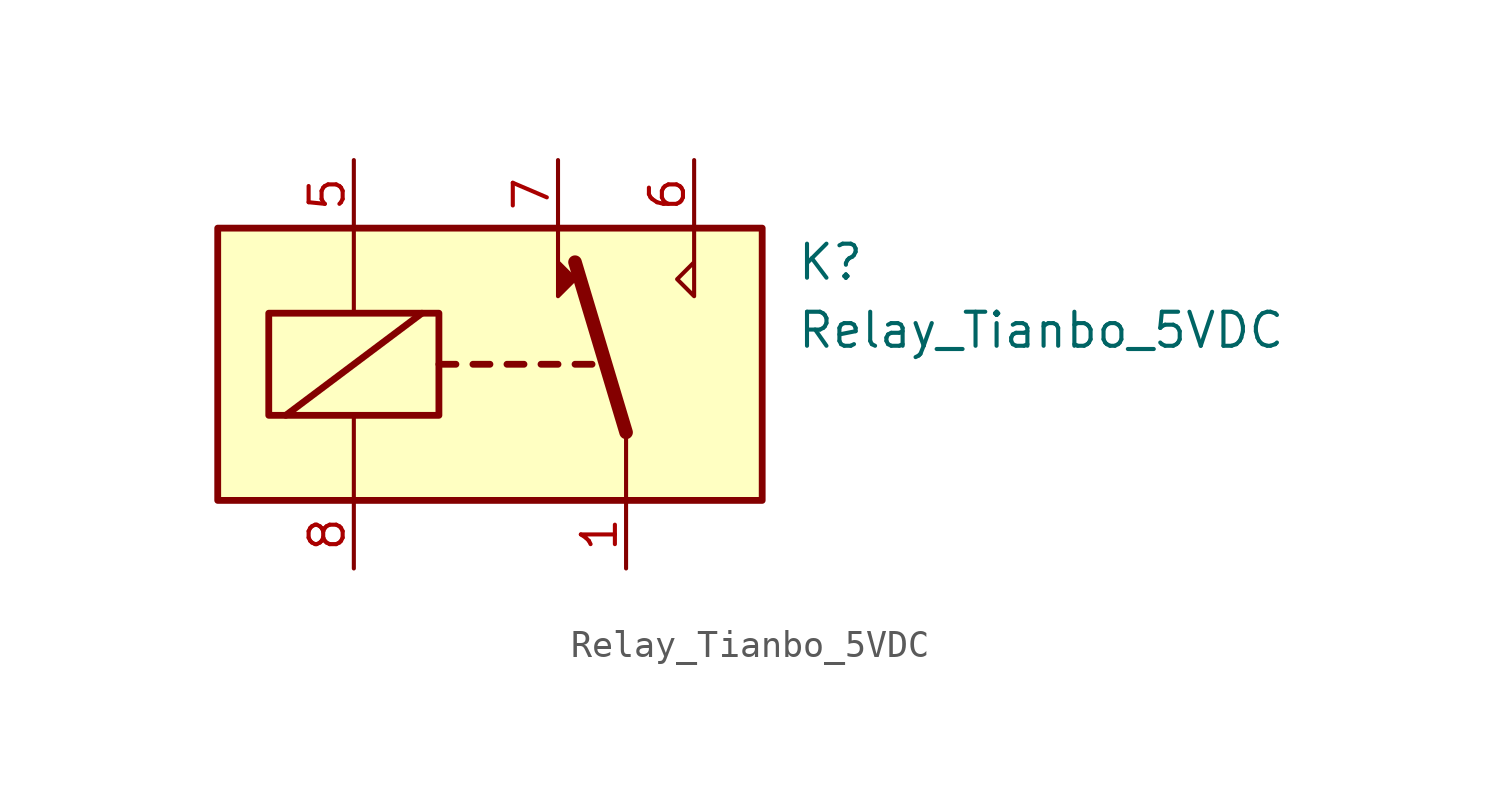
<source format=kicad_sym>
(kicad_symbol_lib
  (version 20231120)
  (generator "kicad_symbol_editor")
  (generator_version "8.0")
  (symbol "Relay_Tianbo_5VDC"
    (property "Reference" "K"
      (at 11.43 3.81 0)
      (effects (font (size 1.27 1.27)) (justify left)))
    (property "Value" "Relay_Tianbo_5VDC"
      (at 11.43 1.27 0)
      (effects (font (size 1.27 1.27)) (justify left)))
    (symbol "Relay_Tianbo_5VDC_0_0"
      (polyline (pts (xy 7.62 5.08) (xy 7.62 2.54) (xy 6.985 3.175) (xy 7.62 3.81)) (stroke (width 0) (type default)) (fill (type none))))
    (symbol "Relay_Tianbo_5VDC_0_1"
      (rectangle (start -10.16 5.08) (end 10.16 -5.08) (stroke (width 0.254) (type default)) (fill (type background)))
      (rectangle (start -8.255 1.905) (end -1.905 -1.905) (stroke (width 0.254) (type default)) (fill (type none)))
      (polyline (pts (xy -7.62 -1.905) (xy -2.54 1.905)) (stroke (width 0.254) (type default)) (fill (type none)))
      (polyline (pts (xy -5.08 -5.08) (xy -5.08 -1.905)) (stroke (width 0) (type default)) (fill (type none)))
      (polyline (pts (xy -5.08 5.08) (xy -5.08 1.905)) (stroke (width 0) (type default)) (fill (type none)))
      (polyline (pts (xy -1.905 0) (xy -1.27 0)) (stroke (width 0.254) (type default)) (fill (type none)))
      (polyline (pts (xy -0.635 0) (xy 0 0)) (stroke (width 0.254) (type default)) (fill (type none)))
      (polyline (pts (xy 0.635 0) (xy 1.27 0)) (stroke (width 0.254) (type default)) (fill (type none)))
      (polyline (pts (xy 1.905 0) (xy 2.54 0)) (stroke (width 0.254) (type default)) (fill (type none)))
      (polyline (pts (xy 3.175 0) (xy 3.81 0)) (stroke (width 0.254) (type default)) (fill (type none)))
      (polyline (pts (xy 5.08 -2.54) (xy 3.175 3.81)) (stroke (width 0.508) (type default)) (fill (type none)))
      (polyline (pts (xy 5.08 -2.54) (xy 5.08 -5.08)) (stroke (width 0) (type default)) (fill (type none)))
      (polyline (pts (xy 2.54 5.08) (xy 2.54 2.54) (xy 3.175 3.175) (xy 2.54 3.81)) (stroke (width 0) (type default)) (fill (type outline))))
    (symbol "Relay_Tianbo_5VDC_1_1"
      (pin passive line (at 5.08 -7.62 90) (length 2.54) (name "~" (effects (font (size 1.27 1.27)))) (number "1" (effects (font (size 1.27 1.27)))))
      (pin passive line (at -5.08 7.62 270) (length 2.54) (name "~" (effects (font (size 1.27 1.27)))) (number "5" (effects (font (size 1.27 1.27)))))
      (pin passive line (at 7.62 7.62 270) (length 2.54) (name "~" (effects (font (size 1.27 1.27)))) (number "6" (effects (font (size 1.27 1.27)))))
      (pin passive line (at 2.54 7.62 270) (length 2.54) (name "~" (effects (font (size 1.27 1.27)))) (number "7" (effects (font (size 1.27 1.27)))))
      (pin passive line (at -5.08 -7.62 90) (length 2.54) (name "~" (effects (font (size 1.27 1.27)))) (number "8" (effects (font (size 1.27 1.27))))))))
</source>
